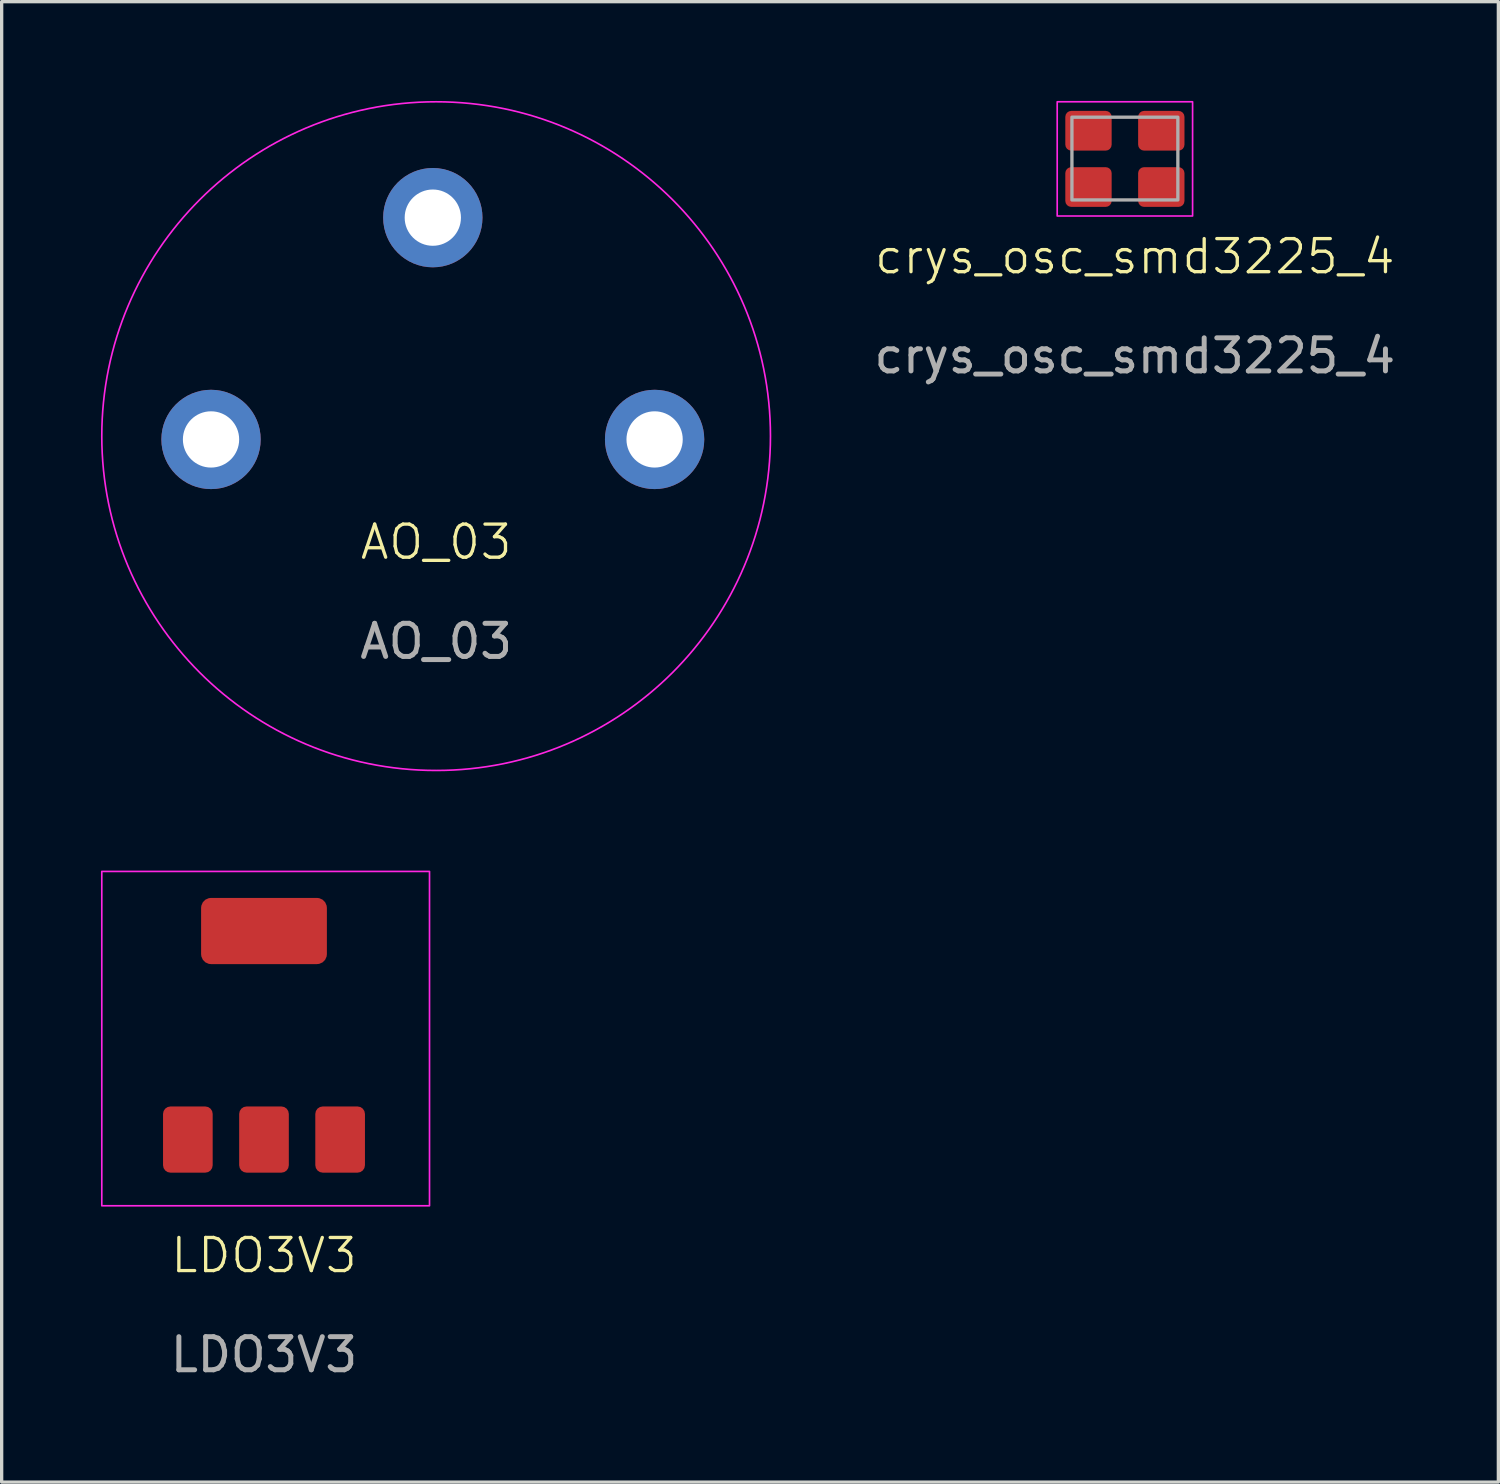
<source format=kicad_pcb>
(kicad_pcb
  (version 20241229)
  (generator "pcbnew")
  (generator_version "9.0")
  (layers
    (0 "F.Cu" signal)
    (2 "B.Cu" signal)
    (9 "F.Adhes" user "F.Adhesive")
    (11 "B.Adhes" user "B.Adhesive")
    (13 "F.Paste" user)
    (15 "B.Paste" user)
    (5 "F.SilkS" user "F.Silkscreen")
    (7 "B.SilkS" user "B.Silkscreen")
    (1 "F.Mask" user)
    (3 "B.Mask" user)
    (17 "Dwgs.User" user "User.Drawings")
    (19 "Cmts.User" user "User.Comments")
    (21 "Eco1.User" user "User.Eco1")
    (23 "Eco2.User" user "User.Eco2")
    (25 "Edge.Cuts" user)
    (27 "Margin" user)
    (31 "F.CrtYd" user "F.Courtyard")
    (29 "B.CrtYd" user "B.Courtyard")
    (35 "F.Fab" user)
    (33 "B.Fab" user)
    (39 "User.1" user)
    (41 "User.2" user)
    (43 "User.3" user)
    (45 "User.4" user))
  (footprint "AO_03"
    (layer "F.Cu")
    (at 10.125 13.825)
    (property "Reference" "AO_03" (at 0 -0.5 0) (unlocked yes) (layer "F.SilkS") (effects (font (size 1 1) (thickness 0.1))))
    (attr smd)
    (fp_circle (center 0 -3.7) (end 10.1 -3.7) (stroke (width 0.05) (type solid)) (fill no) (layer "F.CrtYd"))
    (fp_text user "${REFERENCE}" (at 0 2.5 0) (unlocked yes) (layer "F.Fab") (effects (font (size 1 1) (thickness 0.15))))
    (pad "" thru_hole circle (at 6.6 -3.6) (size 3 3) (drill 1.7) (layers "*.Cu" "*.Mask"))
    (pad "1" thru_hole circle (at -0.1 -10.3) (size 3 3) (drill 1.7) (layers "*.Cu" "*.Mask"))
    (pad "2" thru_hole circle (at -6.8 -3.6) (size 3 3) (drill 1.7) (layers "*.Cu" "*.Mask")))
  (footprint "crys_osc_smd3225_4"
    (layer "F.Cu")
    (at 30.932 1.75)
    (property "Reference" "crys_osc_smd3225_4" (at 0.3 2.95 0) (unlocked yes) (layer "F.SilkS") (effects (font (size 1 1) (thickness 0.1))))
    (attr smd)
    (fp_rect (start -2.045 -1.725) (end 2.045 1.725) (stroke (width 0.05) (type solid)) (fill no) (layer "F.CrtYd"))
    (fp_rect (start -1.6 -1.26) (end 1.6 1.24) (stroke (width 0.1) (type solid)) (fill no) (layer "F.Fab"))
    (fp_text user "${REFERENCE}" (at 0.3 5.95 0) (unlocked yes) (layer "F.Fab") (effects (font (size 1 1) (thickness 0.15))))
    (pad "1" smd roundrect (at -1.1 0.85) (size 1.4 1.2) (layers "F.Cu" "F.Mask" "F.Paste") (roundrect_rratio 0.15))
    (pad "2" smd roundrect (at 1.1 0.85) (size 1.4 1.2) (layers "F.Cu" "F.Mask" "F.Paste") (roundrect_rratio 0.15))
    (pad "3" smd roundrect (at 1.1 -0.85) (size 1.4 1.2) (layers "F.Cu" "F.Mask" "F.Paste") (roundrect_rratio 0.15))
    (pad "4" smd roundrect (at -1.1 -0.85) (size 1.4 1.2) (layers "F.Cu" "F.Mask" "F.Paste") (roundrect_rratio 0.15)))
  (footprint "LDO3V3"
    (layer "F.Cu")
    (at 4.925 35.375)
    (property "Reference" "LDO3V3" (at 0 -0.5 0) (unlocked yes) (layer "F.SilkS") (effects (font (size 1 1) (thickness 0.1))))
    (attr smd)
    (fp_rect (start -4.9 -12.1) (end 5 -2) (stroke (width 0.05) (type default)) (fill no) (layer "F.CrtYd"))
    (fp_text user "${REFERENCE}" (at 0 2.5 0) (unlocked yes) (layer "F.Fab") (effects (font (size 1 1) (thickness 0.15))))
    (pad "" smd roundrect (at 0 -10.3 90) (size 2 3.8) (layers "F.Cu" "F.Mask" "F.Paste") (roundrect_rratio 0.15))
    (pad "1" smd roundrect (at -2.3 -4 90) (size 2 1.5) (layers "F.Cu" "F.Mask" "F.Paste") (roundrect_rratio 0.15))
    (pad "2" smd roundrect (at 0 -4 90) (size 2 1.5) (layers "F.Cu" "F.Mask" "F.Paste") (roundrect_rratio 0.15))
    (pad "3" smd roundrect (at 2.3 -4 90) (size 2 1.5) (layers "F.Cu" "F.Mask" "F.Paste") (roundrect_rratio 0.15)))
  (gr_rect
    (start -3 -3)
    (end 42.214 41.723)
    (stroke (width 0.1) (type default))
    (fill no)
    (layer "Edge.Cuts")))
</source>
